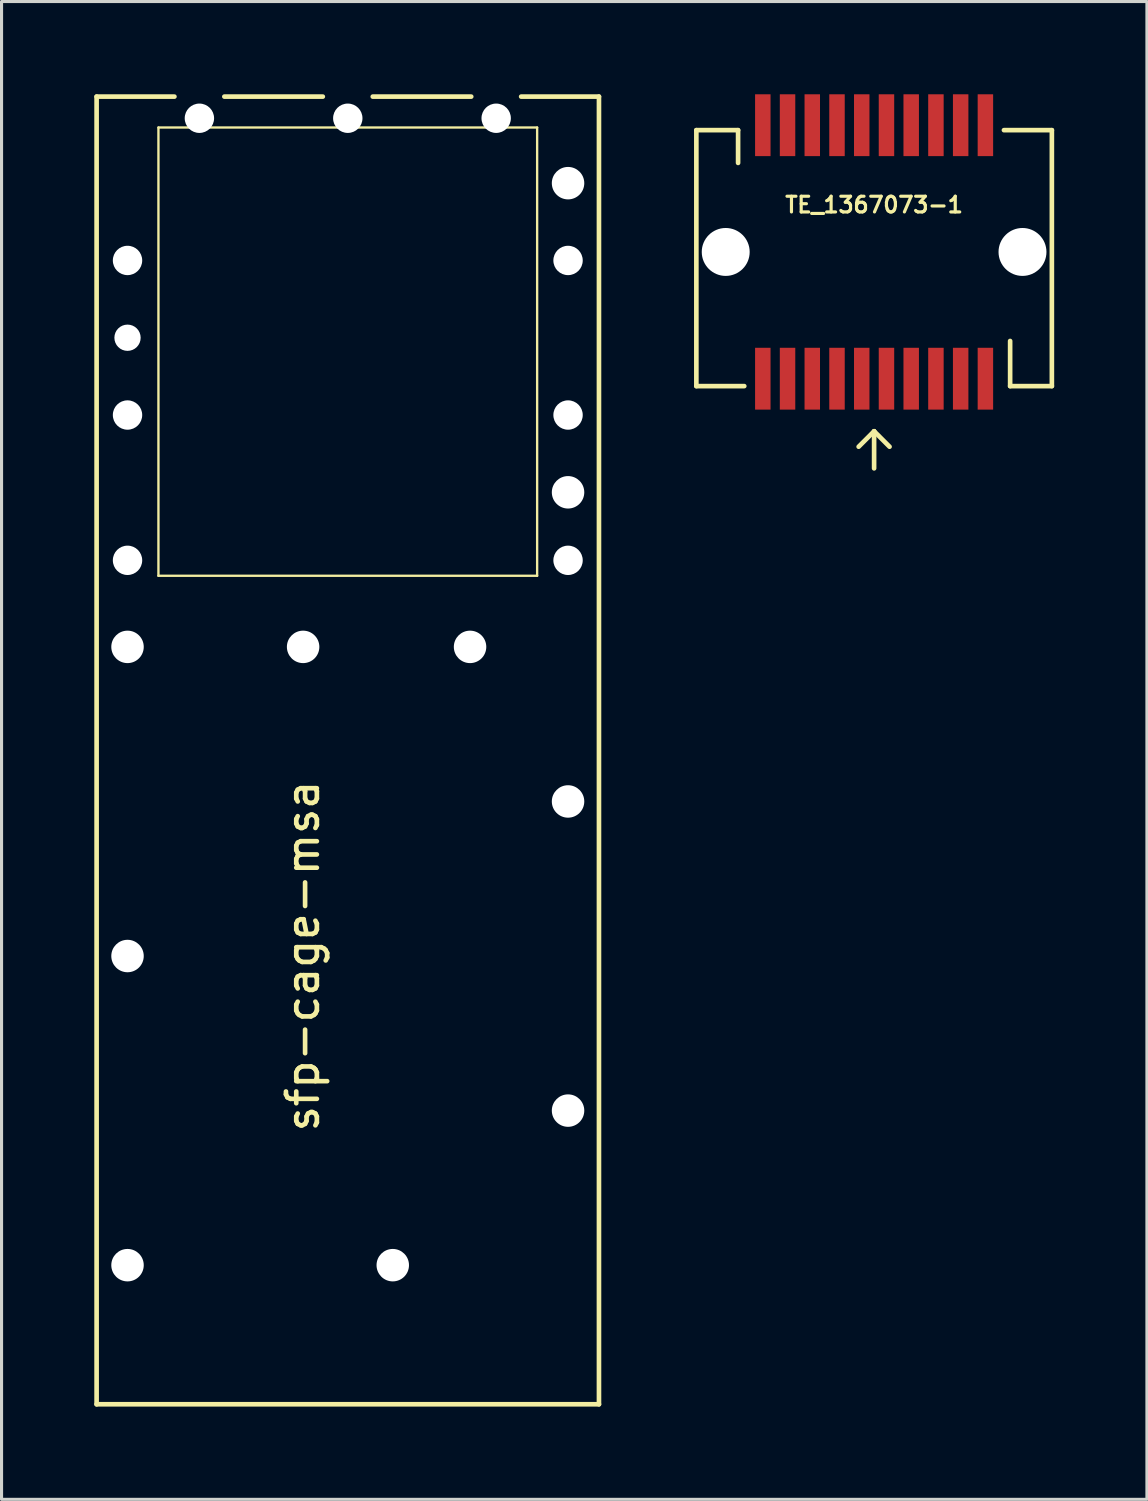
<source format=kicad_pcb>
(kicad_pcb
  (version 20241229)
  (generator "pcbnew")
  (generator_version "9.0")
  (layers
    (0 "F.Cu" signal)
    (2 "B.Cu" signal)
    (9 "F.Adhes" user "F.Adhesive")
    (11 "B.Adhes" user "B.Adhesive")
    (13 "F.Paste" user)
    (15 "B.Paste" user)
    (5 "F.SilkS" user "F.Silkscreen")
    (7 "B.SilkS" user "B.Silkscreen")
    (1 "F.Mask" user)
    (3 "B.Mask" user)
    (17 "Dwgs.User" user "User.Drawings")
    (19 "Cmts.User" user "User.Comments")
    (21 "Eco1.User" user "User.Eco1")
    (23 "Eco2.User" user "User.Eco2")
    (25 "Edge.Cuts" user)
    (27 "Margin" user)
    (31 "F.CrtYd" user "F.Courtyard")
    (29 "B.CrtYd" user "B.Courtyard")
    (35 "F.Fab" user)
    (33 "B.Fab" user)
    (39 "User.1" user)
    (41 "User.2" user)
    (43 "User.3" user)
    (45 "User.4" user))
  (footprint "sfp-cage-msa"
    (layer "F.Cu")
    (at 8.2 6.975)
    (property "Reference" "sfp-cage-msa" (at -1.455 20.9 90) (layer "F.SilkS") (effects (font (size 1 1) (thickness 0.15))))
    (attr through_hole)
    (fp_line (start -8.125 -6.9) (end -8.125 35.4) (stroke (width 0.15) (type solid)) (layer "F.SilkS"))
    (fp_line (start -8.125 -6.9) (end -5.608 -6.9) (stroke (width 0.15) (type solid)) (layer "F.SilkS"))
    (fp_line (start -8.125 35.4) (end 8.125 35.4) (stroke (width 0.15) (type solid)) (layer "F.SilkS"))
    (fp_line (start -6.125 -5.9) (end -6.125 8.6) (stroke (width 0.076) (type solid)) (layer "F.SilkS"))
    (fp_line (start -6.125 -5.9) (end 6.125 -5.9) (stroke (width 0.076) (type solid)) (layer "F.SilkS"))
    (fp_line (start -6.125 8.6) (end 6.125 8.6) (stroke (width 0.076) (type solid)) (layer "F.SilkS"))
    (fp_line (start -3.993 -6.9) (end -0.808 -6.9) (stroke (width 0.15) (type solid)) (layer "F.SilkS"))
    (fp_line (start 0.808 -6.9) (end 3.993 -6.9) (stroke (width 0.15) (type solid)) (layer "F.SilkS"))
    (fp_line (start 5.608 -6.9) (end 8.125 -6.9) (stroke (width 0.15) (type solid)) (layer "F.SilkS"))
    (fp_line (start 6.125 -5.9) (end 6.125 8.6) (stroke (width 0.076) (type solid)) (layer "F.SilkS"))
    (fp_line (start 8.125 -6.9) (end 8.125 35.4) (stroke (width 0.15) (type solid)) (layer "F.SilkS"))
    (pad "" np_thru_hole circle (at -7.125 -1.6) (size 0.95 0.95) (drill 0.95) (layers "*.Cu" "*.Mask"))
    (pad "" np_thru_hole circle (at -7.125 0.9) (size 0.85 0.85) (drill 0.85) (layers "*.Cu" "*.Mask"))
    (pad "" np_thru_hole circle (at -7.125 3.4) (size 0.95 0.95) (drill 0.95) (layers "*.Cu" "*.Mask"))
    (pad "" np_thru_hole circle (at -7.125 8.1) (size 0.95 0.95) (drill 0.95) (layers "*.Cu" "*.Mask"))
    (pad "" np_thru_hole circle (at -7.125 10.9) (size 1.05 1.05) (drill 1.05) (layers "*.Cu" "*.Mask"))
    (pad "" np_thru_hole circle (at -7.125 20.9) (size 1.05 1.05) (drill 1.05) (layers "*.Cu" "*.Mask"))
    (pad "" np_thru_hole circle (at -7.125 30.9) (size 1.05 1.05) (drill 1.05) (layers "*.Cu" "*.Mask"))
    (pad "" np_thru_hole circle (at -4.8 -6.2) (size 0.95 0.95) (drill 0.95) (layers "*.Cu" "*.Mask"))
    (pad "" np_thru_hole circle (at -1.445 10.9) (size 1.05 1.05) (drill 1.05) (layers "*.Cu" "*.Mask"))
    (pad "" np_thru_hole circle (at 0 -6.2) (size 0.95 0.95) (drill 0.95) (layers "*.Cu" "*.Mask"))
    (pad "" np_thru_hole circle (at 1.455 30.9) (size 1.05 1.05) (drill 1.05) (layers "*.Cu" "*.Mask"))
    (pad "" np_thru_hole circle (at 3.955 10.9) (size 1.05 1.05) (drill 1.05) (layers "*.Cu" "*.Mask"))
    (pad "" np_thru_hole circle (at 4.8 -6.2) (size 0.95 0.95) (drill 0.95) (layers "*.Cu" "*.Mask"))
    (pad "" np_thru_hole circle (at 7.125 -4.1) (size 1.05 1.05) (drill 1.05) (layers "*.Cu" "*.Mask"))
    (pad "" np_thru_hole circle (at 7.125 -1.6) (size 0.95 0.95) (drill 0.95) (layers "*.Cu" "*.Mask"))
    (pad "" np_thru_hole circle (at 7.125 3.4) (size 0.95 0.95) (drill 0.95) (layers "*.Cu" "*.Mask"))
    (pad "" np_thru_hole circle (at 7.125 5.9) (size 1.05 1.05) (drill 1.05) (layers "*.Cu" "*.Mask"))
    (pad "" np_thru_hole circle (at 7.125 8.1) (size 0.95 0.95) (drill 0.95) (layers "*.Cu" "*.Mask"))
    (pad "" np_thru_hole circle (at 7.125 15.9) (size 1.05 1.05) (drill 1.05) (layers "*.Cu" "*.Mask"))
    (pad "" np_thru_hole circle (at 7.125 25.9) (size 1.05 1.05) (drill 1.05) (layers "*.Cu" "*.Mask")))
  (footprint "TE_1367073-1"
    (layer "F.Cu")
    (at 25.225 5.1)
    (property "Reference" "TE_1367073-1" (at 0 -1.524 0) (layer "F.SilkS") (effects (font (size 0.508 0.508) (thickness 0.102))))
    (attr through_hole)
    (fp_line (start -5.75 -3.94) (end -5.75 4.34) (stroke (width 0.15) (type solid)) (layer "F.SilkS"))
    (fp_line (start -5.75 -3.94) (end -4.4 -3.94) (stroke (width 0.15) (type solid)) (layer "F.SilkS"))
    (fp_line (start -5.75 4.34) (end -4.2 4.34) (stroke (width 0.15) (type solid)) (layer "F.SilkS"))
    (fp_line (start -4.4 -3.94) (end -4.4 -2.88) (stroke (width 0.15) (type solid)) (layer "F.SilkS"))
    (fp_line (start 0 5.8) (end -0.5 6.3) (stroke (width 0.15) (type solid)) (layer "F.SilkS"))
    (fp_line (start 0 5.8) (end 0.5 6.3) (stroke (width 0.15) (type solid)) (layer "F.SilkS"))
    (fp_line (start 0 7) (end 0 5.8) (stroke (width 0.15) (type solid)) (layer "F.SilkS"))
    (fp_line (start 4.4 4.34) (end 4.4 2.88) (stroke (width 0.15) (type solid)) (layer "F.SilkS"))
    (fp_line (start 5.75 -3.94) (end 4.2 -3.94) (stroke (width 0.15) (type solid)) (layer "F.SilkS"))
    (fp_line (start 5.75 -3.94) (end 5.75 4.34) (stroke (width 0.15) (type solid)) (layer "F.SilkS"))
    (fp_line (start 5.75 4.34) (end 4.4 4.34) (stroke (width 0.15) (type solid)) (layer "F.SilkS"))
    (pad "" np_thru_hole circle (at -4.8 0) (size 1.55 1.55) (drill 1.55) (layers "*.Cu" "*.Mask"))
    (pad "" np_thru_hole circle (at 4.8 0) (size 1.55 1.55) (drill 1.55) (layers "*.Cu" "*.Mask"))
    (pad "1" smd rect (at -3.6 4.1) (size 0.5 2) (layers "F.Cu" "F.Mask" "F.Paste"))
    (pad "2" smd rect (at -2.8 4.1) (size 0.5 2) (layers "F.Cu" "F.Mask" "F.Paste"))
    (pad "3" smd rect (at -2 4.1) (size 0.5 2) (layers "F.Cu" "F.Mask" "F.Paste"))
    (pad "4" smd rect (at -1.2 4.1) (size 0.5 2) (layers "F.Cu" "F.Mask" "F.Paste"))
    (pad "5" smd rect (at -0.4 4.1) (size 0.5 2) (layers "F.Cu" "F.Mask" "F.Paste"))
    (pad "6" smd rect (at 0.4 4.1) (size 0.5 2) (layers "F.Cu" "F.Mask" "F.Paste"))
    (pad "7" smd rect (at 1.2 4.1) (size 0.5 2) (layers "F.Cu" "F.Mask" "F.Paste"))
    (pad "8" smd rect (at 2 4.1) (size 0.5 2) (layers "F.Cu" "F.Mask" "F.Paste"))
    (pad "9" smd rect (at 2.8 4.1) (size 0.5 2) (layers "F.Cu" "F.Mask" "F.Paste"))
    (pad "10" smd rect (at 3.6 4.1) (size 0.5 2) (layers "F.Cu" "F.Mask" "F.Paste"))
    (pad "11" smd rect (at 3.6 -4.1) (size 0.5 2) (layers "F.Cu" "F.Mask" "F.Paste"))
    (pad "12" smd rect (at 2.8 -4.1) (size 0.5 2) (layers "F.Cu" "F.Mask" "F.Paste"))
    (pad "13" smd rect (at 2 -4.1) (size 0.5 2) (layers "F.Cu" "F.Mask" "F.Paste"))
    (pad "14" smd rect (at 1.2 -4.1) (size 0.5 2) (layers "F.Cu" "F.Mask" "F.Paste"))
    (pad "15" smd rect (at 0.4 -4.1) (size 0.5 2) (layers "F.Cu" "F.Mask" "F.Paste"))
    (pad "16" smd rect (at -0.4 -4.1) (size 0.5 2) (layers "F.Cu" "F.Mask" "F.Paste"))
    (pad "17" smd rect (at -1.2 -4.1) (size 0.5 2) (layers "F.Cu" "F.Mask" "F.Paste"))
    (pad "18" smd rect (at -2 -4.1) (size 0.5 2) (layers "F.Cu" "F.Mask" "F.Paste"))
    (pad "19" smd rect (at -2.8 -4.1) (size 0.5 2) (layers "F.Cu" "F.Mask" "F.Paste"))
    (pad "20" smd rect (at -3.6 -4.1) (size 0.5 2) (layers "F.Cu" "F.Mask" "F.Paste")))
  (gr_rect
    (start -3 -3)
    (end 34.05 45.45)
    (stroke (width 0.1) (type default))
    (fill no)
    (layer "Edge.Cuts")))
</source>
